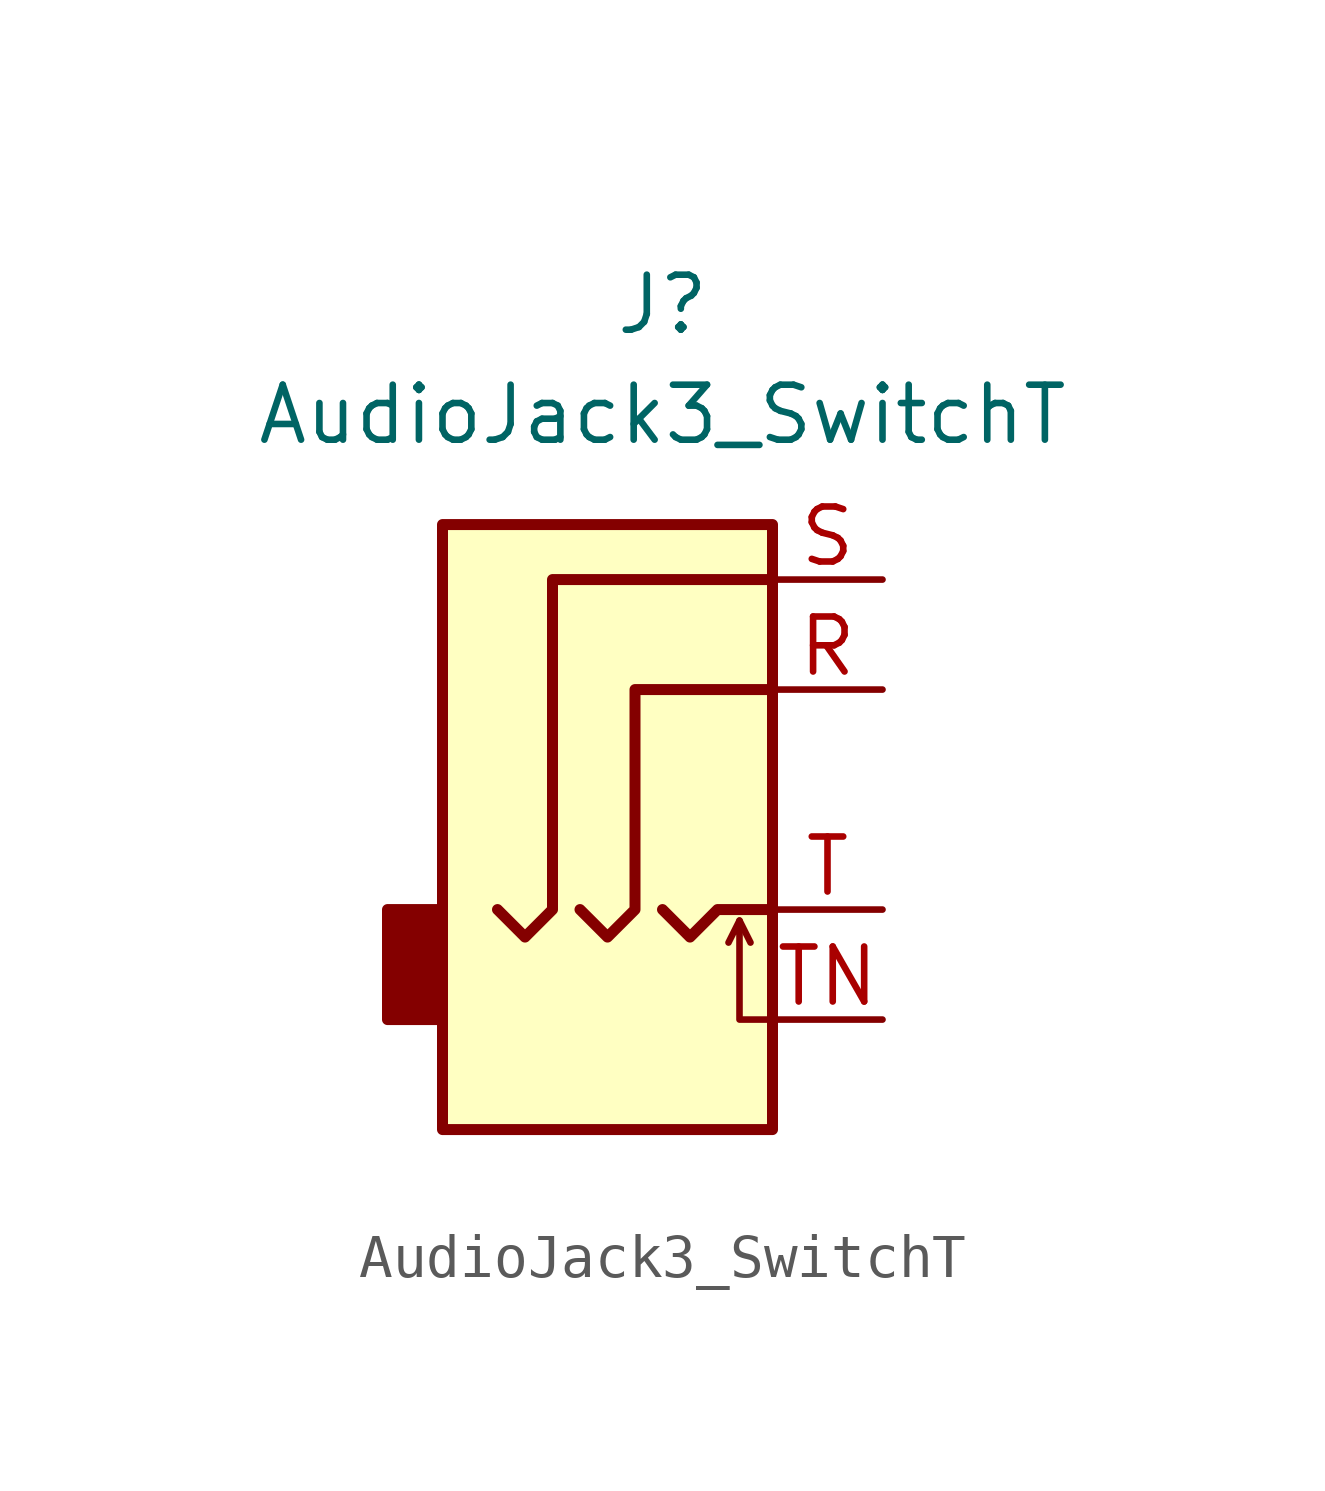
<source format=kicad_sym>
(kicad_symbol_lib
  (version 20211014)
  (generator kicad_symbol_editor)
  (symbol "AudioJack3_SwitchT"
    (property "Reference" "J"
      (at 0 8.89 0)
      (effects (font (size 1.27 1.27))))
    (property "Value" "AudioJack3_SwitchT"
      (at 0 6.35 0)
      (effects (font (size 1.27 1.27))))
    (symbol "AudioJack3_SwitchT_0_1"
      (rectangle (start -5.08 -5.08) (end -6.35 -7.62) (stroke (width 0.254) (type default) (color 0 0 0 0)) (fill (type outline)))
      (polyline (pts (xy 1.778 -5.334) (xy 2.032 -5.842)) (stroke (width 0) (type default) (color 0 0 0 0)) (fill (type none)))
      (polyline (pts (xy 0 -5.08) (xy 0.635 -5.715) (xy 1.27 -5.08) (xy 2.54 -5.08)) (stroke (width 0.254) (type default) (color 0 0 0 0)) (fill (type none)))
      (polyline (pts (xy 2.54 -7.62) (xy 1.778 -7.62) (xy 1.778 -5.334) (xy 1.524 -5.842)) (stroke (width 0) (type default) (color 0 0 0 0)) (fill (type none)))
      (polyline (pts (xy -1.905 -5.08) (xy -1.27 -5.715) (xy -0.635 -5.08) (xy -0.635 0) (xy 2.54 0)) (stroke (width 0.254) (type default) (color 0 0 0 0)) (fill (type none)))
      (polyline (pts (xy 2.54 2.54) (xy -2.54 2.54) (xy -2.54 -5.08) (xy -3.175 -5.715) (xy -3.81 -5.08)) (stroke (width 0.254) (type default) (color 0 0 0 0)) (fill (type none)))
      (rectangle (start 2.54 3.81) (end -5.08 -10.16) (stroke (width 0.254) (type default) (color 0 0 0 0)) (fill (type background))))
    (symbol "AudioJack3_SwitchT_1_1"
      (pin passive line (at 5.08 0 180) (length 2.54) (name "~" (effects (font (size 1.27 1.27)))) (number "R" (effects (font (size 1.27 1.27)))))
      (pin passive line (at 5.08 2.54 180) (length 2.54) (name "~" (effects (font (size 1.27 1.27)))) (number "S" (effects (font (size 1.27 1.27)))))
      (pin passive line (at 5.08 -5.08 180) (length 2.54) (name "~" (effects (font (size 1.27 1.27)))) (number "T" (effects (font (size 1.27 1.27)))))
      (pin passive line (at 5.08 -7.62 180) (length 2.54) (name "~" (effects (font (size 1.27 1.27)))) (number "TN" (effects (font (size 1.27 1.27))))))))
</source>
